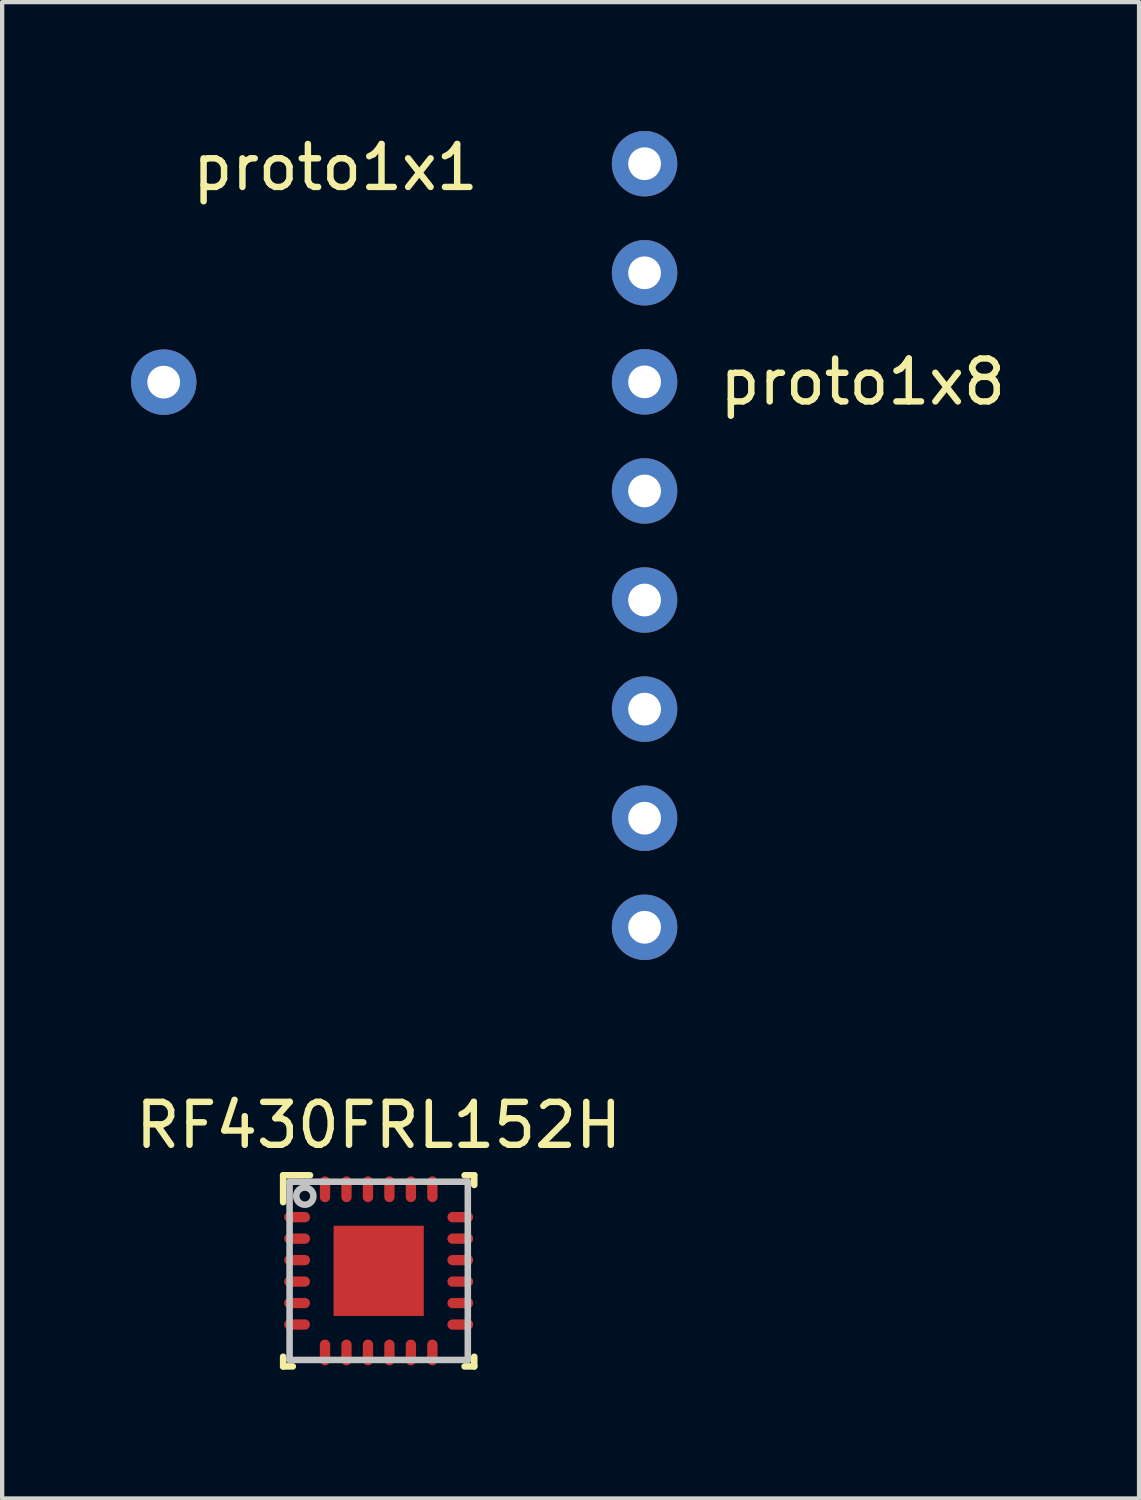
<source format=kicad_pcb>
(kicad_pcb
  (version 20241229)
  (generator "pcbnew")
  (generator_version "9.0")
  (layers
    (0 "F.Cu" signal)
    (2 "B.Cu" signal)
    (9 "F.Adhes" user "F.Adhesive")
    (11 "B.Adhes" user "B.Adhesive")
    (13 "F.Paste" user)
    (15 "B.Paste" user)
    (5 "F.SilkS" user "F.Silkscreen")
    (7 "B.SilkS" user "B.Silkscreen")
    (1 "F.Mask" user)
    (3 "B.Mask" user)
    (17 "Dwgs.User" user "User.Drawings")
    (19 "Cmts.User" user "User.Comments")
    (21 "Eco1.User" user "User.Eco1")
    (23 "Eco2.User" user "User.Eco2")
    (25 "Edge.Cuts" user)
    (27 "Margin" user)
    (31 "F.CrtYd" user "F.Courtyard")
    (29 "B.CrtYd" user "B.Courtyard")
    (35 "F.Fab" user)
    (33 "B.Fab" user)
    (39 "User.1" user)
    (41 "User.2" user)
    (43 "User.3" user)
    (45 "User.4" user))
  (footprint "RF430FRL152H"
    (layer "F.Cu")
    (at 5.768 26.542)
    (property "Reference" "RF430FRL152H" (at 0 -3.39 0) (layer "F.SilkS") (effects (font (size 1 1) (thickness 0.15))))
    (attr through_hole)
    (fp_line (start -2.225 -2.225) (end -1.6 -2.225) (stroke (width 0.152) (type solid)) (layer "F.SilkS"))
    (fp_line (start -2.225 -1.6) (end -2.225 -2.225) (stroke (width 0.152) (type solid)) (layer "F.SilkS"))
    (fp_line (start -2.225 2.225) (end -2.225 2) (stroke (width 0.152) (type solid)) (layer "F.SilkS"))
    (fp_line (start -2.225 2.225) (end -2 2.225) (stroke (width 0.152) (type solid)) (layer "F.SilkS"))
    (fp_line (start 2 -2.225) (end 2.225 -2.225) (stroke (width 0.152) (type solid)) (layer "F.SilkS"))
    (fp_line (start 2 2.225) (end 2.225 2.225) (stroke (width 0.152) (type solid)) (layer "F.SilkS"))
    (fp_line (start 2.225 -2) (end 2.225 -2.225) (stroke (width 0.152) (type solid)) (layer "F.SilkS"))
    (fp_line (start 2.225 2.225) (end 2.225 2) (stroke (width 0.152) (type solid)) (layer "F.SilkS"))
    (fp_line (start -2.075 -2.075) (end 2.075 -2.075) (stroke (width 0.152) (type solid)) (layer "Dwgs.User"))
    (fp_line (start -2.075 2.075) (end -2.075 -2.075) (stroke (width 0.152) (type solid)) (layer "Dwgs.User"))
    (fp_line (start -2.075 2.075) (end 2.075 2.075) (stroke (width 0.152) (type solid)) (layer "Dwgs.User"))
    (fp_line (start 2.075 2.075) (end 2.075 -2.075) (stroke (width 0.152) (type solid)) (layer "Dwgs.User"))
    (fp_circle (center -1.72 -1.74) (end -1.52 -1.74) (stroke (width 0.152) (type solid)) (fill no) (layer "Dwgs.User"))
    (pad "" smd rect (at 0 0) (size 0.025 0.025) (layers "F.Paste"))
    (pad "1" smd oval (at -1.9 -1.25 90) (size 0.24 0.6) (layers "F.Cu" "F.Mask" "F.Paste"))
    (pad "2" smd oval (at -1.9 -0.75 90) (size 0.24 0.6) (layers "F.Cu" "F.Mask" "F.Paste"))
    (pad "3" smd oval (at -1.9 -0.25 90) (size 0.24 0.6) (layers "F.Cu" "F.Mask" "F.Paste"))
    (pad "4" smd oval (at -1.9 0.25 90) (size 0.24 0.6) (layers "F.Cu" "F.Mask" "F.Paste"))
    (pad "5" smd oval (at -1.9 0.75 90) (size 0.24 0.6) (layers "F.Cu" "F.Mask" "F.Paste"))
    (pad "6" smd oval (at -1.9 1.25 90) (size 0.24 0.6) (layers "F.Cu" "F.Mask" "F.Paste"))
    (pad "7" smd oval (at -1.25 1.9) (size 0.24 0.6) (layers "F.Cu" "F.Mask" "F.Paste"))
    (pad "8" smd oval (at -0.75 1.9) (size 0.24 0.6) (layers "F.Cu" "F.Mask" "F.Paste"))
    (pad "9" smd oval (at -0.25 1.9) (size 0.24 0.6) (layers "F.Cu" "F.Mask" "F.Paste"))
    (pad "10" smd oval (at 0.25 1.9) (size 0.24 0.6) (layers "F.Cu" "F.Mask" "F.Paste"))
    (pad "11" smd oval (at 0.75 1.9) (size 0.24 0.6) (layers "F.Cu" "F.Mask" "F.Paste"))
    (pad "12" smd oval (at 1.25 1.9) (size 0.24 0.6) (layers "F.Cu" "F.Mask" "F.Paste"))
    (pad "13" smd oval (at 1.9 1.25 90) (size 0.24 0.6) (layers "F.Cu" "F.Mask" "F.Paste"))
    (pad "14" smd oval (at 1.9 0.75 90) (size 0.24 0.6) (layers "F.Cu" "F.Mask" "F.Paste"))
    (pad "15" smd oval (at 1.9 0.25 90) (size 0.24 0.6) (layers "F.Cu" "F.Mask" "F.Paste"))
    (pad "16" smd oval (at 1.9 -0.25 90) (size 0.24 0.6) (layers "F.Cu" "F.Mask" "F.Paste"))
    (pad "17" smd oval (at 1.9 -0.75 90) (size 0.24 0.6) (layers "F.Cu" "F.Mask" "F.Paste"))
    (pad "18" smd oval (at 1.9 -1.25 90) (size 0.24 0.6) (layers "F.Cu" "F.Mask" "F.Paste"))
    (pad "19" smd oval (at 1.25 -1.9) (size 0.24 0.6) (layers "F.Cu" "F.Mask" "F.Paste"))
    (pad "20" smd oval (at 0.75 -1.9) (size 0.24 0.6) (layers "F.Cu" "F.Mask" "F.Paste"))
    (pad "21" smd oval (at 0.25 -1.9) (size 0.24 0.6) (layers "F.Cu" "F.Mask" "F.Paste"))
    (pad "22" smd oval (at -0.25 -1.9) (size 0.24 0.6) (layers "F.Cu" "F.Mask" "F.Paste"))
    (pad "23" smd oval (at -0.75 -1.9) (size 0.24 0.6) (layers "F.Cu" "F.Mask" "F.Paste"))
    (pad "24" smd oval (at -1.25 -1.9) (size 0.24 0.6) (layers "F.Cu" "F.Mask" "F.Paste"))
    (pad "25" smd rect (at 0 0) (size 2.1 2.1) (layers "F.Cu" "F.Mask" "F.Paste")))
  (footprint "proto1x1"
    (layer "F.Cu")
    (at 0.762 5.848)
    (property "Reference" "proto1x1" (at 4 -5 0) (layer "F.SilkS") (effects (font (size 1 1) (thickness 0.15))))
    (attr through_hole)
    (pad "1" thru_hole circle (at 0 0) (size 1.524 1.524) (drill 0.762) (layers "*.Cu" "*.Mask")))
  (footprint "proto1x8"
    (layer "F.Cu")
    (at 11.959 10.922)
    (property "Reference" "proto1x8" (at 5.08 -5.08 0) (layer "F.SilkS") (effects (font (size 1 1) (thickness 0.15))))
    (attr through_hole)
    (pad "1" thru_hole circle (at 0 7.62) (size 1.524 1.524) (drill 0.762) (layers "*.Cu" "*.Mask"))
    (pad "2" thru_hole circle (at 0 5.08) (size 1.524 1.524) (drill 0.762) (layers "*.Cu" "*.Mask"))
    (pad "3" thru_hole circle (at 0 2.54) (size 1.524 1.524) (drill 0.762) (layers "*.Cu" "*.Mask"))
    (pad "4" thru_hole circle (at 0 0) (size 1.524 1.524) (drill 0.762) (layers "*.Cu" "*.Mask"))
    (pad "5" thru_hole circle (at 0 -2.54) (size 1.524 1.524) (drill 0.762) (layers "*.Cu" "*.Mask"))
    (pad "6" thru_hole circle (at 0 -5.08) (size 1.524 1.524) (drill 0.762) (layers "*.Cu" "*.Mask"))
    (pad "7" thru_hole circle (at 0 -7.62) (size 1.524 1.524) (drill 0.762) (layers "*.Cu" "*.Mask"))
    (pad "8" thru_hole circle (at 0 -10.16) (size 1.524 1.524) (drill 0.762) (layers "*.Cu" "*.Mask")))
  (gr_rect
    (start -3 -3)
    (end 23.473 31.843)
    (stroke (width 0.1) (type default))
    (fill no)
    (layer "Edge.Cuts")))
</source>
